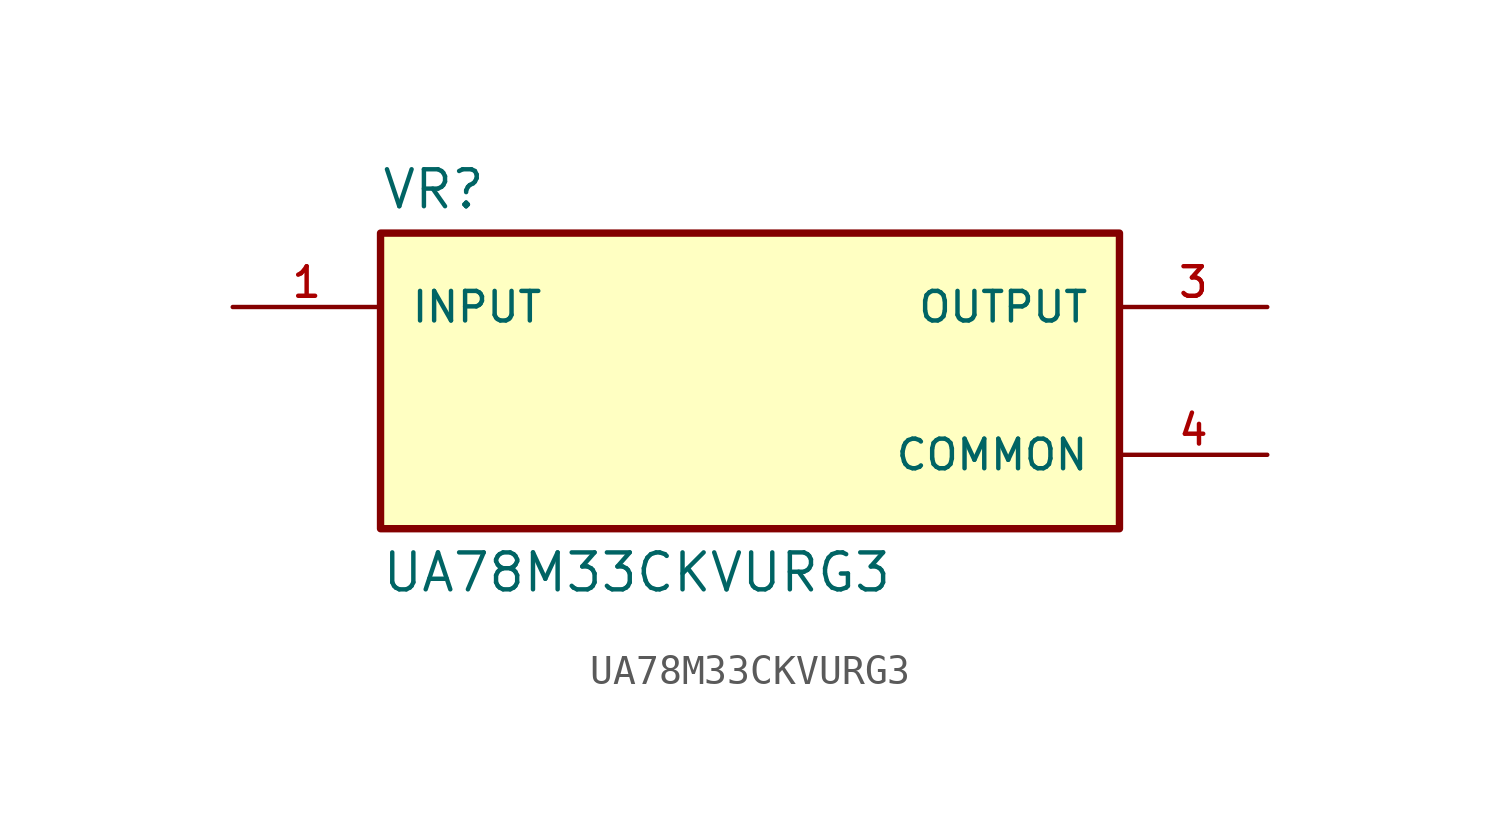
<source format=kicad_sym>
(kicad_symbol_lib
  (version 20211014)
  (generator kicad_symbol_editor)
  (symbol "UA78M33CKVURG3"
    (pin_names
      (offset 1.016))
    (property "Reference" "VR"
      (at -12.7 5.842 0)
      (effects (font (size 1.27 1.27)) (justify bottom left)))
    (property "Value" "UA78M33CKVURG3"
      (at -12.7 -5.842 0)
      (effects (font (size 1.27 1.27)) (justify top left)))
    (symbol "UA78M33CKVURG3_0_0"
      (rectangle (start -12.7 -5.08) (end 12.7 5.08) (stroke (width 0.254)) (fill (type background)))
      (pin input line (at -17.78 2.54 0) (length 5.08) (name "INPUT" (effects (font (size 1.016 1.016)))) (number "1" (effects (font (size 1.016 1.016)))))
      (pin output line (at 17.78 2.54 180.0) (length 5.08) (name "OUTPUT" (effects (font (size 1.016 1.016)))) (number "3" (effects (font (size 1.016 1.016)))))
      (pin power_in line (at 17.78 -2.54 180.0) (length 5.08) (name "COMMON" (effects (font (size 1.016 1.016)))) (number "4" (effects (font (size 1.016 1.016))))))))
</source>
